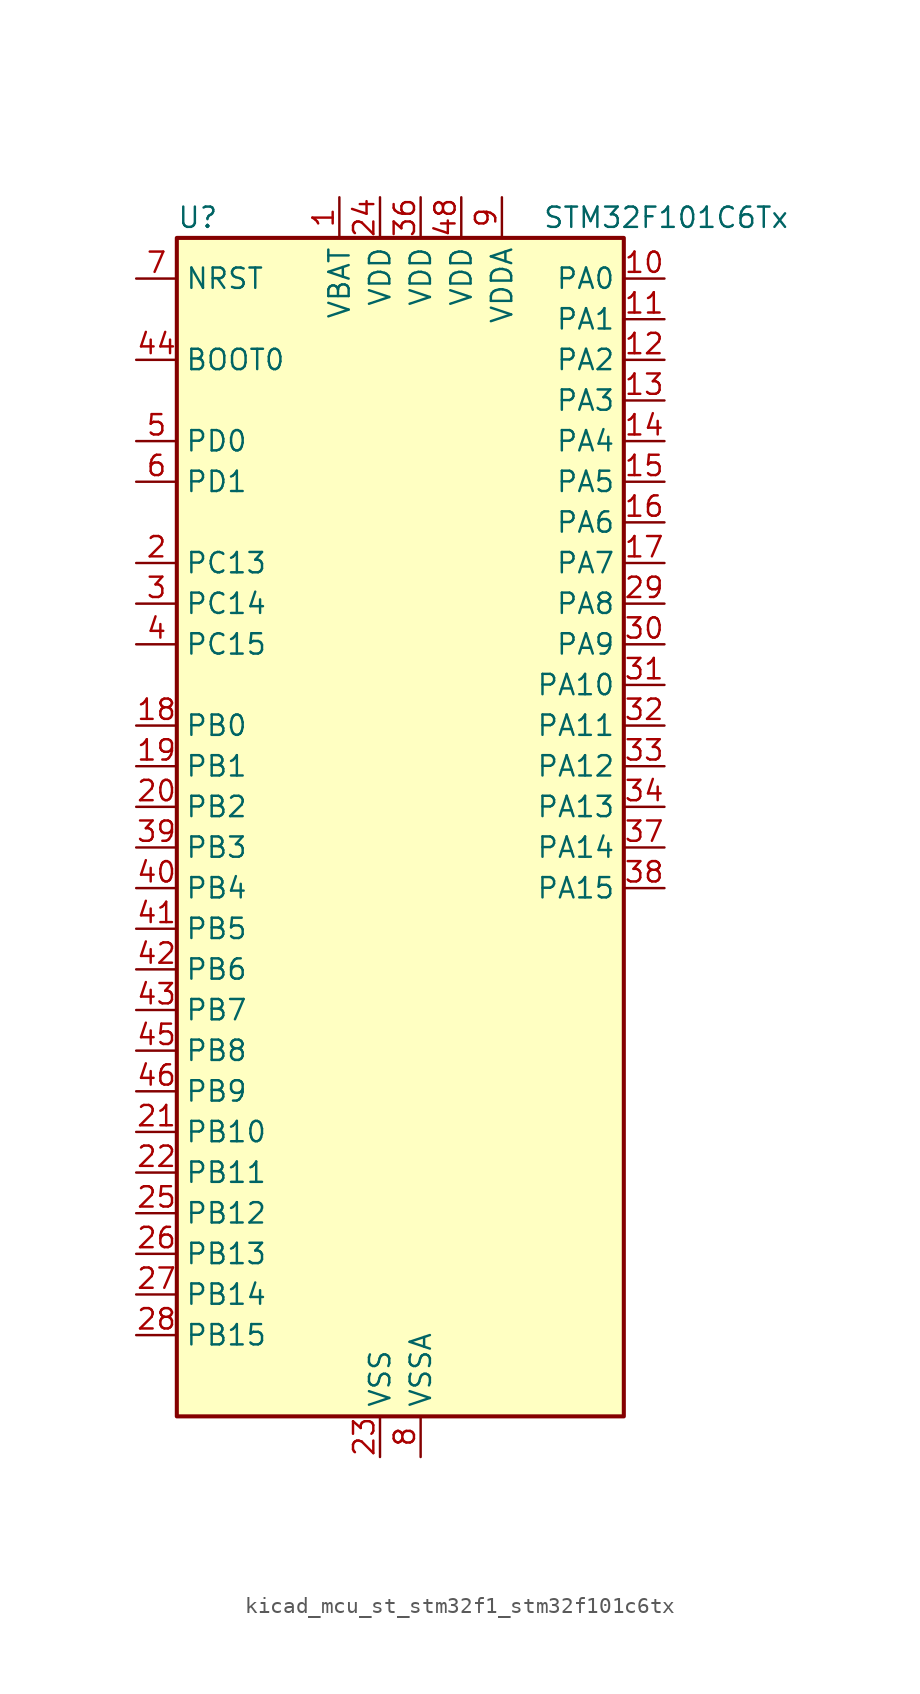
<source format=kicad_sym>
(kicad_symbol_lib
  (version 20220914)
  (generator kicad_symbol_editor)
  (symbol "kicad_mcu_st_stm32f1_stm32f101c6tx"
    (property "Reference" "U"
      (at -12.7 39.37 0)
      (effects (font (size 1.27 1.27)) (justify left)))
    (property "Value" "STM32F101C6Tx"
      (at 10.16 39.37 0)
      (effects (font (size 1.27 1.27)) (justify left)))
    (property "ki_locked" ""
      (at 0 0 0)
      (effects (font (size 1.27 1.27))))
    (symbol "kicad_mcu_st_stm32f1_stm32f101c6tx_0_1"
      (rectangle (start -12.7 -35.56) (end 15.24 38.1) (stroke (width 0.254) (type default)) (fill (type background))))
    (symbol "kicad_mcu_st_stm32f1_stm32f101c6tx_1_1"
      (pin power_in line (at -2.54 40.64 270) (length 2.54) (name "VBAT" (effects (font (size 1.27 1.27)))) (number "1" (effects (font (size 1.27 1.27)))))
      (pin bidirectional line (at 17.78 35.56 180) (length 2.54) (name "PA0" (effects (font (size 1.27 1.27)))) (number "10" (effects (font (size 1.27 1.27)))) (alternate "ADC1_IN0" bidirectional line) (alternate "SYS_WKUP" bidirectional line) (alternate "TIM2_CH1" bidirectional line) (alternate "TIM2_ETR" bidirectional line) (alternate "USART2_CTS" bidirectional line))
      (pin bidirectional line (at 17.78 33.02 180) (length 2.54) (name "PA1" (effects (font (size 1.27 1.27)))) (number "11" (effects (font (size 1.27 1.27)))) (alternate "ADC1_IN1" bidirectional line) (alternate "TIM2_CH2" bidirectional line) (alternate "USART2_RTS" bidirectional line))
      (pin bidirectional line (at 17.78 30.48 180) (length 2.54) (name "PA2" (effects (font (size 1.27 1.27)))) (number "12" (effects (font (size 1.27 1.27)))) (alternate "ADC1_IN2" bidirectional line) (alternate "TIM2_CH3" bidirectional line) (alternate "USART2_TX" bidirectional line))
      (pin bidirectional line (at 17.78 27.94 180) (length 2.54) (name "PA3" (effects (font (size 1.27 1.27)))) (number "13" (effects (font (size 1.27 1.27)))) (alternate "ADC1_IN3" bidirectional line) (alternate "TIM2_CH4" bidirectional line) (alternate "USART2_RX" bidirectional line))
      (pin bidirectional line (at 17.78 25.4 180) (length 2.54) (name "PA4" (effects (font (size 1.27 1.27)))) (number "14" (effects (font (size 1.27 1.27)))) (alternate "ADC1_IN4" bidirectional line) (alternate "SPI1_NSS" bidirectional line) (alternate "USART2_CK" bidirectional line))
      (pin bidirectional line (at 17.78 22.86 180) (length 2.54) (name "PA5" (effects (font (size 1.27 1.27)))) (number "15" (effects (font (size 1.27 1.27)))) (alternate "ADC1_IN5" bidirectional line) (alternate "SPI1_SCK" bidirectional line))
      (pin bidirectional line (at 17.78 20.32 180) (length 2.54) (name "PA6" (effects (font (size 1.27 1.27)))) (number "16" (effects (font (size 1.27 1.27)))) (alternate "ADC1_IN6" bidirectional line) (alternate "SPI1_MISO" bidirectional line) (alternate "TIM3_CH1" bidirectional line))
      (pin bidirectional line (at 17.78 17.78 180) (length 2.54) (name "PA7" (effects (font (size 1.27 1.27)))) (number "17" (effects (font (size 1.27 1.27)))) (alternate "ADC1_IN7" bidirectional line) (alternate "SPI1_MOSI" bidirectional line) (alternate "TIM3_CH2" bidirectional line))
      (pin bidirectional line (at -15.24 7.62 0) (length 2.54) (name "PB0" (effects (font (size 1.27 1.27)))) (number "18" (effects (font (size 1.27 1.27)))) (alternate "ADC1_IN8" bidirectional line) (alternate "TIM3_CH3" bidirectional line))
      (pin bidirectional line (at -15.24 5.08 0) (length 2.54) (name "PB1" (effects (font (size 1.27 1.27)))) (number "19" (effects (font (size 1.27 1.27)))) (alternate "ADC1_IN9" bidirectional line) (alternate "TIM3_CH4" bidirectional line))
      (pin bidirectional line (at -15.24 17.78 0) (length 2.54) (name "PC13" (effects (font (size 1.27 1.27)))) (number "2" (effects (font (size 1.27 1.27)))) (alternate "RTC_OUT" bidirectional line) (alternate "RTC_TAMPER" bidirectional line))
      (pin bidirectional line (at -15.24 2.54 0) (length 2.54) (name "PB2" (effects (font (size 1.27 1.27)))) (number "20" (effects (font (size 1.27 1.27)))))
      (pin bidirectional line (at -15.24 -17.78 0) (length 2.54) (name "PB10" (effects (font (size 1.27 1.27)))) (number "21" (effects (font (size 1.27 1.27)))) (alternate "TIM2_CH3" bidirectional line))
      (pin bidirectional line (at -15.24 -20.32 0) (length 2.54) (name "PB11" (effects (font (size 1.27 1.27)))) (number "22" (effects (font (size 1.27 1.27)))) (alternate "ADC1_EXTI11" bidirectional line) (alternate "TIM2_CH4" bidirectional line))
      (pin power_in line (at 0 -38.1 90) (length 2.54) (name "VSS" (effects (font (size 1.27 1.27)))) (number "23" (effects (font (size 1.27 1.27)))))
      (pin power_in line (at 0 40.64 270) (length 2.54) (name "VDD" (effects (font (size 1.27 1.27)))) (number "24" (effects (font (size 1.27 1.27)))))
      (pin bidirectional line (at -15.24 -22.86 0) (length 2.54) (name "PB12" (effects (font (size 1.27 1.27)))) (number "25" (effects (font (size 1.27 1.27)))))
      (pin bidirectional line (at -15.24 -25.4 0) (length 2.54) (name "PB13" (effects (font (size 1.27 1.27)))) (number "26" (effects (font (size 1.27 1.27)))))
      (pin bidirectional line (at -15.24 -27.94 0) (length 2.54) (name "PB14" (effects (font (size 1.27 1.27)))) (number "27" (effects (font (size 1.27 1.27)))))
      (pin bidirectional line (at -15.24 -30.48 0) (length 2.54) (name "PB15" (effects (font (size 1.27 1.27)))) (number "28" (effects (font (size 1.27 1.27)))) (alternate "ADC1_EXTI15" bidirectional line))
      (pin bidirectional line (at 17.78 15.24 180) (length 2.54) (name "PA8" (effects (font (size 1.27 1.27)))) (number "29" (effects (font (size 1.27 1.27)))) (alternate "RCC_MCO" bidirectional line) (alternate "USART1_CK" bidirectional line))
      (pin bidirectional line (at -15.24 15.24 0) (length 2.54) (name "PC14" (effects (font (size 1.27 1.27)))) (number "3" (effects (font (size 1.27 1.27)))) (alternate "RCC_OSC32_IN" bidirectional line))
      (pin bidirectional line (at 17.78 12.7 180) (length 2.54) (name "PA9" (effects (font (size 1.27 1.27)))) (number "30" (effects (font (size 1.27 1.27)))) (alternate "USART1_TX" bidirectional line))
      (pin bidirectional line (at 17.78 10.16 180) (length 2.54) (name "PA10" (effects (font (size 1.27 1.27)))) (number "31" (effects (font (size 1.27 1.27)))) (alternate "USART1_RX" bidirectional line))
      (pin bidirectional line (at 17.78 7.62 180) (length 2.54) (name "PA11" (effects (font (size 1.27 1.27)))) (number "32" (effects (font (size 1.27 1.27)))) (alternate "ADC1_EXTI11" bidirectional line) (alternate "USART1_CTS" bidirectional line))
      (pin bidirectional line (at 17.78 5.08 180) (length 2.54) (name "PA12" (effects (font (size 1.27 1.27)))) (number "33" (effects (font (size 1.27 1.27)))) (alternate "USART1_RTS" bidirectional line))
      (pin bidirectional line (at 17.78 2.54 180) (length 2.54) (name "PA13" (effects (font (size 1.27 1.27)))) (number "34" (effects (font (size 1.27 1.27)))) (alternate "SYS_JTMS-SWDIO" bidirectional line))
      (pin passive line (at 0 -38.1 90) (length 2.54) hide (name "VSS" (effects (font (size 1.27 1.27)))) (number "35" (effects (font (size 1.27 1.27)))))
      (pin power_in line (at 2.54 40.64 270) (length 2.54) (name "VDD" (effects (font (size 1.27 1.27)))) (number "36" (effects (font (size 1.27 1.27)))))
      (pin bidirectional line (at 17.78 0 180) (length 2.54) (name "PA14" (effects (font (size 1.27 1.27)))) (number "37" (effects (font (size 1.27 1.27)))) (alternate "SYS_JTCK-SWCLK" bidirectional line))
      (pin bidirectional line (at 17.78 -2.54 180) (length 2.54) (name "PA15" (effects (font (size 1.27 1.27)))) (number "38" (effects (font (size 1.27 1.27)))) (alternate "ADC1_EXTI15" bidirectional line) (alternate "SPI1_NSS" bidirectional line) (alternate "SYS_JTDI" bidirectional line) (alternate "TIM2_CH1" bidirectional line) (alternate "TIM2_ETR" bidirectional line))
      (pin bidirectional line (at -15.24 0 0) (length 2.54) (name "PB3" (effects (font (size 1.27 1.27)))) (number "39" (effects (font (size 1.27 1.27)))) (alternate "SPI1_SCK" bidirectional line) (alternate "SYS_JTDO-TRACESWO" bidirectional line) (alternate "TIM2_CH2" bidirectional line))
      (pin bidirectional line (at -15.24 12.7 0) (length 2.54) (name "PC15" (effects (font (size 1.27 1.27)))) (number "4" (effects (font (size 1.27 1.27)))) (alternate "ADC1_EXTI15" bidirectional line) (alternate "RCC_OSC32_OUT" bidirectional line))
      (pin bidirectional line (at -15.24 -2.54 0) (length 2.54) (name "PB4" (effects (font (size 1.27 1.27)))) (number "40" (effects (font (size 1.27 1.27)))) (alternate "SPI1_MISO" bidirectional line) (alternate "SYS_NJTRST" bidirectional line) (alternate "TIM3_CH1" bidirectional line))
      (pin bidirectional line (at -15.24 -5.08 0) (length 2.54) (name "PB5" (effects (font (size 1.27 1.27)))) (number "41" (effects (font (size 1.27 1.27)))) (alternate "I2C1_SMBA" bidirectional line) (alternate "SPI1_MOSI" bidirectional line) (alternate "TIM3_CH2" bidirectional line))
      (pin bidirectional line (at -15.24 -7.62 0) (length 2.54) (name "PB6" (effects (font (size 1.27 1.27)))) (number "42" (effects (font (size 1.27 1.27)))) (alternate "I2C1_SCL" bidirectional line) (alternate "USART1_TX" bidirectional line))
      (pin bidirectional line (at -15.24 -10.16 0) (length 2.54) (name "PB7" (effects (font (size 1.27 1.27)))) (number "43" (effects (font (size 1.27 1.27)))) (alternate "I2C1_SDA" bidirectional line) (alternate "USART1_RX" bidirectional line))
      (pin input line (at -15.24 30.48 0) (length 2.54) (name "BOOT0" (effects (font (size 1.27 1.27)))) (number "44" (effects (font (size 1.27 1.27)))))
      (pin bidirectional line (at -15.24 -12.7 0) (length 2.54) (name "PB8" (effects (font (size 1.27 1.27)))) (number "45" (effects (font (size 1.27 1.27)))) (alternate "I2C1_SCL" bidirectional line))
      (pin bidirectional line (at -15.24 -15.24 0) (length 2.54) (name "PB9" (effects (font (size 1.27 1.27)))) (number "46" (effects (font (size 1.27 1.27)))) (alternate "I2C1_SDA" bidirectional line))
      (pin passive line (at 0 -38.1 90) (length 2.54) hide (name "VSS" (effects (font (size 1.27 1.27)))) (number "47" (effects (font (size 1.27 1.27)))))
      (pin power_in line (at 5.08 40.64 270) (length 2.54) (name "VDD" (effects (font (size 1.27 1.27)))) (number "48" (effects (font (size 1.27 1.27)))))
      (pin bidirectional line (at -15.24 25.4 0) (length 2.54) (name "PD0" (effects (font (size 1.27 1.27)))) (number "5" (effects (font (size 1.27 1.27)))) (alternate "RCC_OSC_IN" bidirectional line))
      (pin bidirectional line (at -15.24 22.86 0) (length 2.54) (name "PD1" (effects (font (size 1.27 1.27)))) (number "6" (effects (font (size 1.27 1.27)))) (alternate "RCC_OSC_OUT" bidirectional line))
      (pin input line (at -15.24 35.56 0) (length 2.54) (name "NRST" (effects (font (size 1.27 1.27)))) (number "7" (effects (font (size 1.27 1.27)))))
      (pin power_in line (at 2.54 -38.1 90) (length 2.54) (name "VSSA" (effects (font (size 1.27 1.27)))) (number "8" (effects (font (size 1.27 1.27)))))
      (pin power_in line (at 7.62 40.64 270) (length 2.54) (name "VDDA" (effects (font (size 1.27 1.27)))) (number "9" (effects (font (size 1.27 1.27))))))))
</source>
